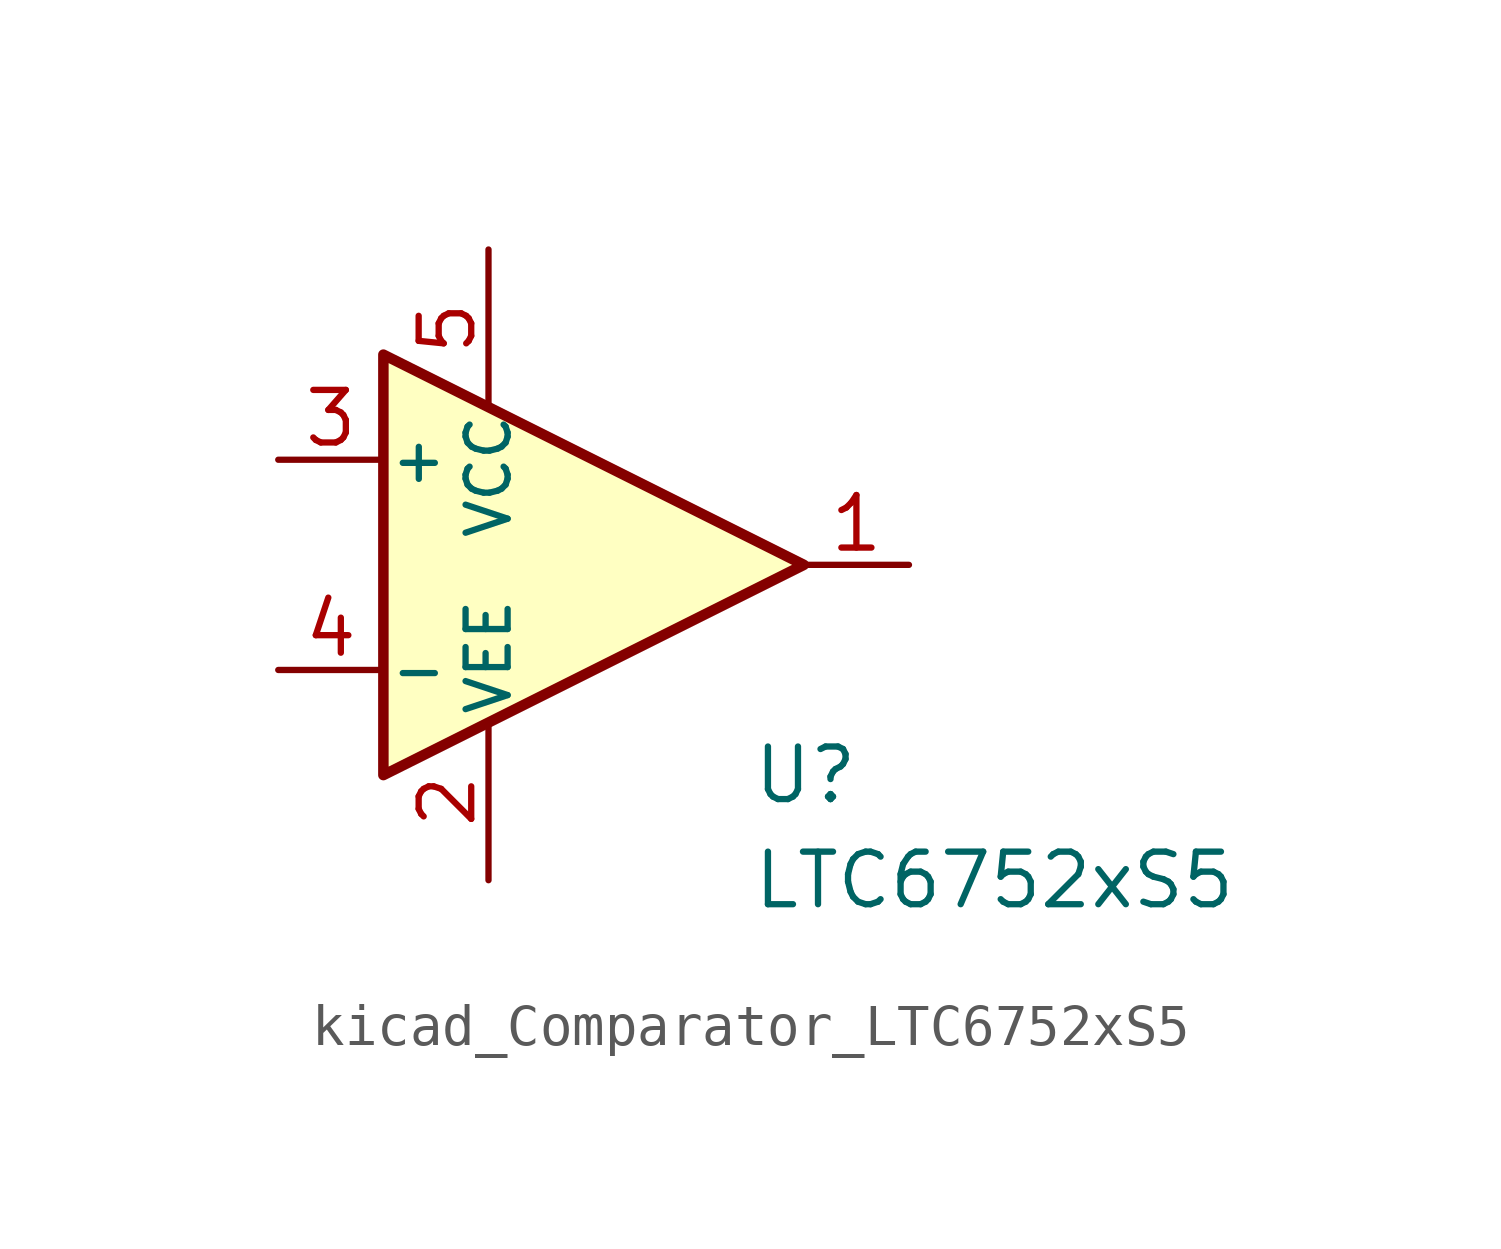
<source format=kicad_sym>
(kicad_symbol_lib
  (version 20220914)
  (generator kicad_symbol_editor)
  (symbol "kicad_Comparator_LTC6752xS5"
    (pin_names
      (offset 0.127))
    (property "Reference" "U"
      (at 3.81 -5.08 0)
      (effects (font (size 1.27 1.27)) (justify left)))
    (property "Value" "LTC6752xS5"
      (at 3.81 -7.62 0)
      (effects (font (size 1.27 1.27)) (justify left)))
    (symbol "kicad_Comparator_LTC6752xS5_1_1"
      (polyline (pts (xy -5.08 5.08) (xy 5.08 0) (xy -5.08 -5.08) (xy -5.08 5.08)) (stroke (width 0.254) (type default)) (fill (type background)))
      (pin output line (at 7.62 0 180) (length 2.54) (name "~" (effects (font (size 1.27 1.27)))) (number "1" (effects (font (size 1.27 1.27)))))
      (pin power_in line (at -2.54 -7.62 90) (length 3.81) (name "VEE" (effects (font (size 1.016 1.016)))) (number "2" (effects (font (size 1.27 1.27)))))
      (pin input line (at -7.62 2.54 0) (length 2.54) (name "+" (effects (font (size 1.016 1.016)))) (number "3" (effects (font (size 1.27 1.27)))))
      (pin input line (at -7.62 -2.54 0) (length 2.54) (name "-" (effects (font (size 1.016 1.016)))) (number "4" (effects (font (size 1.27 1.27)))))
      (pin power_in line (at -2.54 7.62 270) (length 3.81) (name "VCC" (effects (font (size 1.016 1.016)))) (number "5" (effects (font (size 1.27 1.27))))))))
</source>
